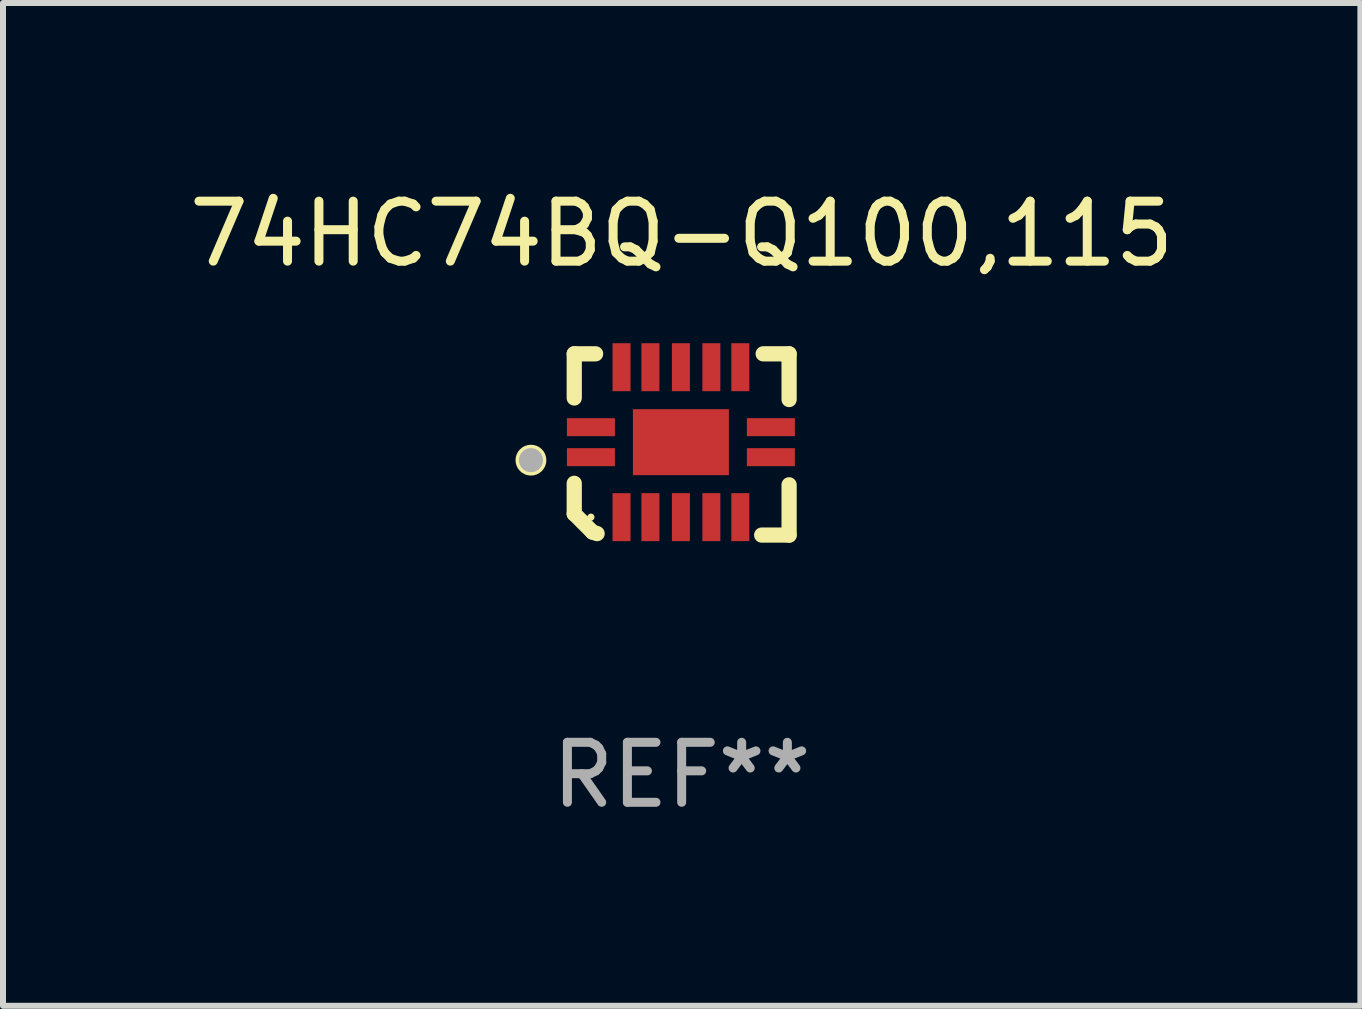
<source format=kicad_pcb>
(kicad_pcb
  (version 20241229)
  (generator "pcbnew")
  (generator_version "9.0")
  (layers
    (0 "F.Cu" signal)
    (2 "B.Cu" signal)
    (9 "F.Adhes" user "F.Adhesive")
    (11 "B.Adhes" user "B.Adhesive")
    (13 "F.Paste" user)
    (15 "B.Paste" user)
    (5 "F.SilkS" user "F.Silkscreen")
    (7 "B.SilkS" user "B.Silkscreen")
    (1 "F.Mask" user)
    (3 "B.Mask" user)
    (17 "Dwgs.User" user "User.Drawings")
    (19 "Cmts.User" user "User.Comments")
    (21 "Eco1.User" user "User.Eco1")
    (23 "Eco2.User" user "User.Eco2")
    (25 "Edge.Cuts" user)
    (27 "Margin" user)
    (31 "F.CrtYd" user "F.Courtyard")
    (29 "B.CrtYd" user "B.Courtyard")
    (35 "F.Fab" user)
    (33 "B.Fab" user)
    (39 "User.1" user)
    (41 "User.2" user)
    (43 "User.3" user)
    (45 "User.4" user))
  (footprint "74HC74BQ-Q100,115"
    (layer "F.Cu")
    (at 8.315 4.36)
    (property "Reference" "74HC74BQ-Q100,115" (at 0 -3.511 0) (layer "F.SilkS") (effects (font (size 1 1) (thickness 0.15))))
    (attr through_hole)
    (fp_line (start -1.791 -1.511) (end -1.435 -1.511) (stroke (width 0.254) (type solid)) (layer "F.SilkS"))
    (fp_line (start -1.791 -0.775) (end -1.791 -1.511) (stroke (width 0.254) (type solid)) (layer "F.SilkS"))
    (fp_line (start -1.791 1.156) (end -1.791 0.648) (stroke (width 0.254) (type solid)) (layer "F.SilkS"))
    (fp_line (start -1.486 1.461) (end -1.791 1.156) (stroke (width 0.254) (type solid)) (layer "F.SilkS"))
    (fp_line (start -1.41 1.486) (end -1.486 1.461) (stroke (width 0.254) (type solid)) (layer "F.SilkS"))
    (fp_line (start 1.334 1.511) (end 1.791 1.511) (stroke (width 0.254) (type solid)) (layer "F.SilkS"))
    (fp_line (start 1.791 -1.511) (end 1.359 -1.511) (stroke (width 0.254) (type solid)) (layer "F.SilkS"))
    (fp_line (start 1.791 -0.749) (end 1.791 -1.511) (stroke (width 0.254) (type solid)) (layer "F.SilkS"))
    (fp_line (start 1.791 1.511) (end 1.791 0.673) (stroke (width 0.254) (type solid)) (layer "F.SilkS"))
    (fp_circle (center -2.513 0.262) (end -2.383 0.262) (stroke (width 0.254) (type solid)) (fill no) (layer "F.SilkS"))
    (fp_circle (center -1.513 1.212) (end -1.483 1.212) (stroke (width 0.06) (type solid)) (fill no) (layer "F.SilkS"))
    (fp_circle (center -2.513 0.262) (end -2.413 0.262) (stroke (width 0.2) (type solid)) (fill no) (layer "F.Fab"))
    (fp_text user "REF**" (at 0 5.511 0) (layer "F.Fab") (effects (font (size 1 1) (thickness 0.15))))
    (pad "1" smd rect (at -1.513 0.212) (size 0.8 0.3) (layers "F.Cu" "F.Mask" "F.Paste"))
    (pad "2" smd rect (at -1.003 1.212) (size 0.3 0.8) (layers "F.Cu" "F.Mask" "F.Paste"))
    (pad "3" smd rect (at -0.521 1.212) (size 0.3 0.8) (layers "F.Cu" "F.Mask" "F.Paste"))
    (pad "4" smd rect (at -0.013 1.212) (size 0.3 0.8) (layers "F.Cu" "F.Mask" "F.Paste"))
    (pad "5" smd rect (at 0.495 1.212) (size 0.3 0.8) (layers "F.Cu" "F.Mask" "F.Paste"))
    (pad "6" smd rect (at 0.978 1.212) (size 0.3 0.8) (layers "F.Cu" "F.Mask" "F.Paste"))
    (pad "7" smd rect (at 1.487 0.212) (size 0.8 0.3) (layers "F.Cu" "F.Mask" "F.Paste"))
    (pad "8" smd rect (at 1.487 -0.288) (size 0.8 0.3) (layers "F.Cu" "F.Mask" "F.Paste"))
    (pad "9" smd rect (at 0.978 -1.288) (size 0.3 0.8) (layers "F.Cu" "F.Mask" "F.Paste"))
    (pad "10" smd rect (at 0.495 -1.288) (size 0.3 0.8) (layers "F.Cu" "F.Mask" "F.Paste"))
    (pad "11" smd rect (at -0.013 -1.288) (size 0.3 0.8) (layers "F.Cu" "F.Mask" "F.Paste"))
    (pad "12" smd rect (at -0.521 -1.288) (size 0.3 0.8) (layers "F.Cu" "F.Mask" "F.Paste"))
    (pad "13" smd rect (at -1.003 -1.288) (size 0.3 0.8) (layers "F.Cu" "F.Mask" "F.Paste"))
    (pad "14" smd rect (at -1.513 -0.288) (size 0.8 0.3) (layers "F.Cu" "F.Mask" "F.Paste"))
    (pad "15" smd rect (at -0.013 -0.038 90) (size 1.1 1.6) (layers "F.Cu" "F.Mask" "F.Paste")))
  (gr_rect
    (start -3 -3)
    (end 19.631 13.719)
    (stroke (width 0.1) (type default))
    (fill no)
    (layer "Edge.Cuts")))
</source>
